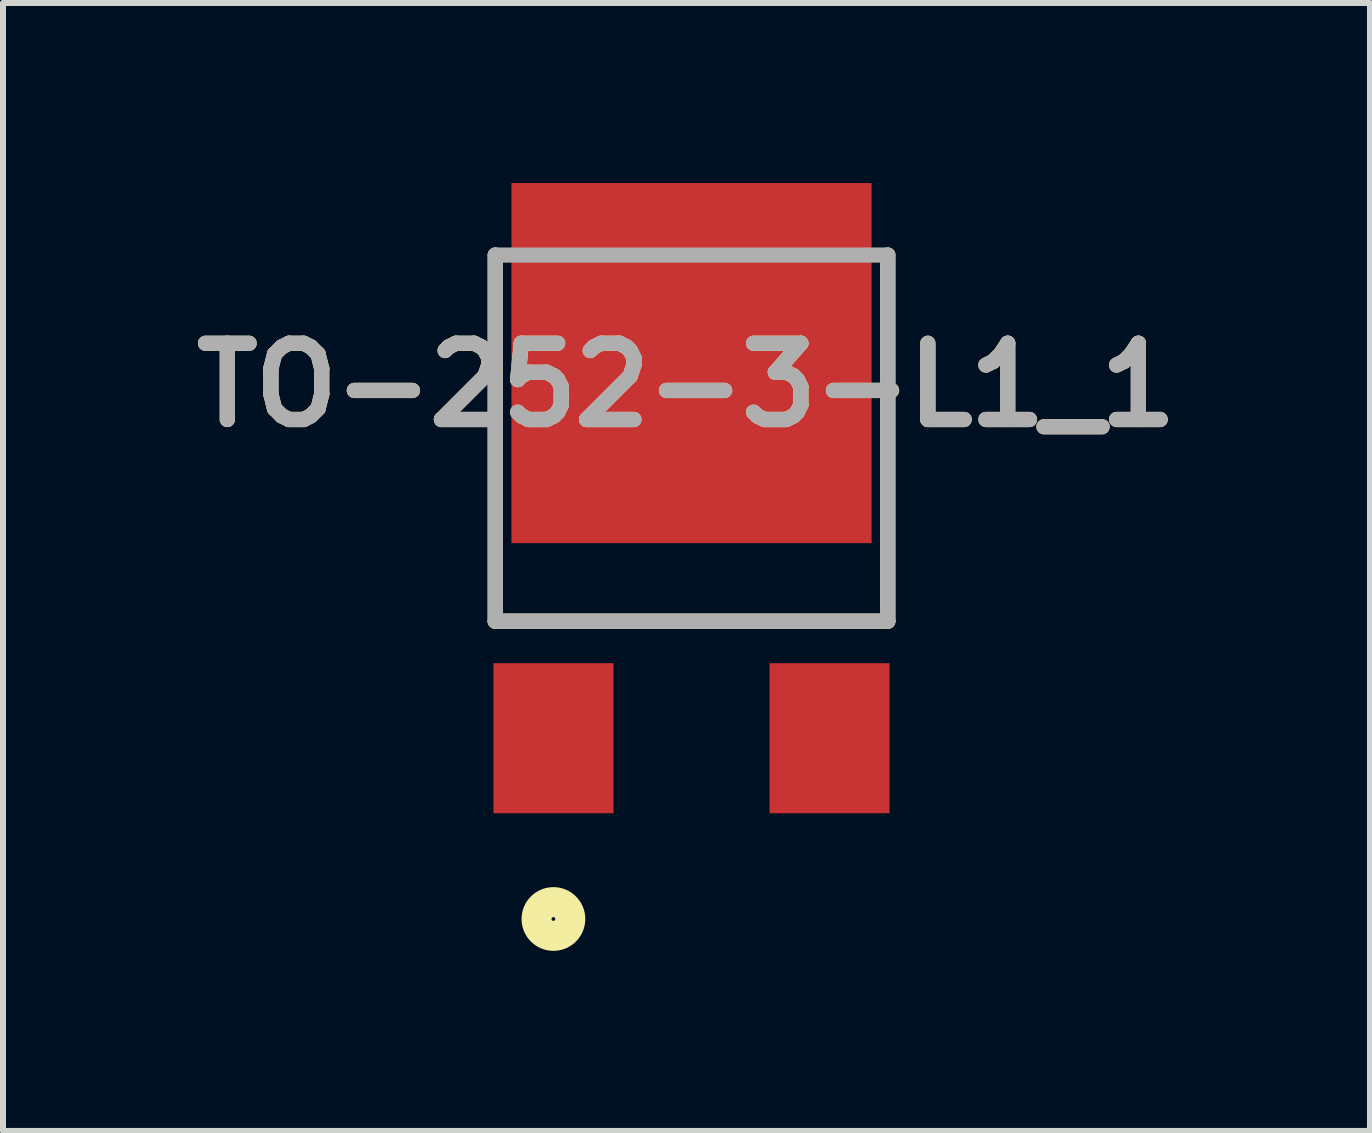
<source format=kicad_pcb>
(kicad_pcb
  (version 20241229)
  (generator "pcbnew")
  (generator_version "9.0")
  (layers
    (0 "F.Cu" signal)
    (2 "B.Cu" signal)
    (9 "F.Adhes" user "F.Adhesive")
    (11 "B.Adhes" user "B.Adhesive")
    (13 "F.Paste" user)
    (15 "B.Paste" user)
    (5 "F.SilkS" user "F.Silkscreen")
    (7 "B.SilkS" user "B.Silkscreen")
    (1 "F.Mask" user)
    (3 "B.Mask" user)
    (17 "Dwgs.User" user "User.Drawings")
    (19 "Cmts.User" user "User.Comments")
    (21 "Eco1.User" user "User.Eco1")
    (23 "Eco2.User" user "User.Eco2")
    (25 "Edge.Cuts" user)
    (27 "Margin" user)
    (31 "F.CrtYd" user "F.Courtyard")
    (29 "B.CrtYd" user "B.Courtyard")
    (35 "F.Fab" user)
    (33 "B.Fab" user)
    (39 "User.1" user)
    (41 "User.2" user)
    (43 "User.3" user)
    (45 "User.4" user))
  (footprint "TO-252-3-L1_1"
    (layer "F.Cu")
    (at 8.472 3)
    (property "Reference" "TO-252-3-L1_1" (at -0.084 0.365 0) (layer "F.SilkS") (effects (font (size 1.27 1.27) (thickness 0.254))))
    (attr smd)
    (fp_line (start -3.27 -1.8) (end -3.27 4.3) (stroke (width 0.254) (type solid)) (layer "F.SilkS"))
    (fp_line (start -3.27 4.3) (end 3.27 4.3) (stroke (width 0.254) (type solid)) (layer "F.SilkS"))
    (fp_line (start 3.27 -1.8) (end 3.27 4.3) (stroke (width 0.254) (type solid)) (layer "F.SilkS"))
    (fp_circle (center -2.301 9.262) (end -2.301 9.543) (stroke (width 0.5) (type solid)) (fill no) (layer "F.SilkS"))
    (fp_line (start -3.27 -1.8) (end 3.27 -1.8) (stroke (width 0.254) (type solid)) (layer "F.Fab"))
    (fp_line (start -3.27 4.3) (end -3.27 -1.8) (stroke (width 0.254) (type solid)) (layer "F.Fab"))
    (fp_line (start 3.27 -1.8) (end 3.27 4.3) (stroke (width 0.254) (type solid)) (layer "F.Fab"))
    (fp_line (start 3.27 4.3) (end -3.27 4.3) (stroke (width 0.254) (type solid)) (layer "F.Fab"))
    (fp_text user "${REFERENCE}" (at -0.084 0.365 0) (layer "F.Fab") (effects (font (size 1.27 1.27) (thickness 0.254))))
    (pad "1" smd rect (at -2.3 6.25) (size 2 2.5) (layers "F.Cu" "F.Mask" "F.Paste"))
    (pad "2" smd rect (at 2.3 6.25) (size 2 2.5) (layers "F.Cu" "F.Mask" "F.Paste"))
    (pad "3" smd rect (at 0 0 90) (size 6 6) (layers "F.Cu" "F.Mask" "F.Paste")))
  (gr_rect
    (start -3 -3)
    (end 19.776 15.793)
    (stroke (width 0.1) (type default))
    (fill no)
    (layer "Edge.Cuts")))
</source>
